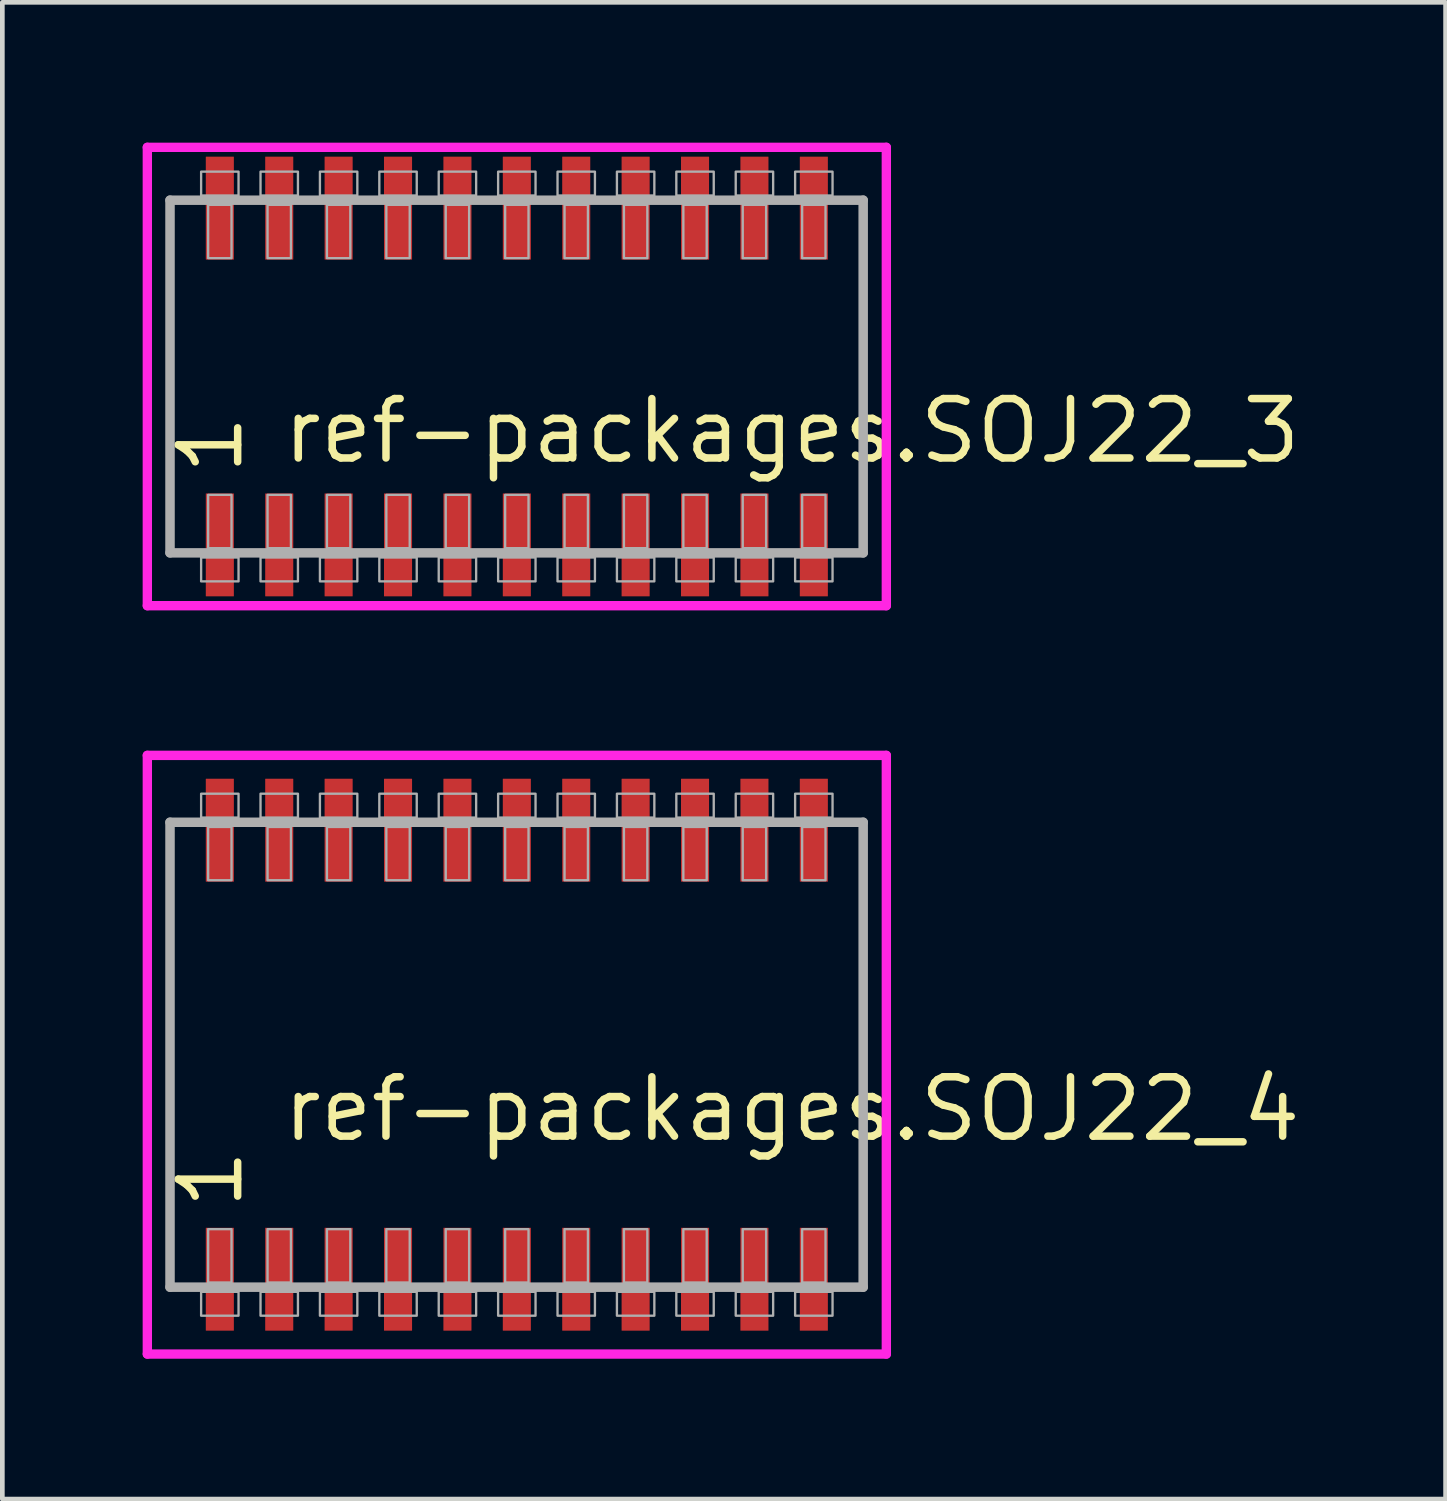
<source format=kicad_pcb>
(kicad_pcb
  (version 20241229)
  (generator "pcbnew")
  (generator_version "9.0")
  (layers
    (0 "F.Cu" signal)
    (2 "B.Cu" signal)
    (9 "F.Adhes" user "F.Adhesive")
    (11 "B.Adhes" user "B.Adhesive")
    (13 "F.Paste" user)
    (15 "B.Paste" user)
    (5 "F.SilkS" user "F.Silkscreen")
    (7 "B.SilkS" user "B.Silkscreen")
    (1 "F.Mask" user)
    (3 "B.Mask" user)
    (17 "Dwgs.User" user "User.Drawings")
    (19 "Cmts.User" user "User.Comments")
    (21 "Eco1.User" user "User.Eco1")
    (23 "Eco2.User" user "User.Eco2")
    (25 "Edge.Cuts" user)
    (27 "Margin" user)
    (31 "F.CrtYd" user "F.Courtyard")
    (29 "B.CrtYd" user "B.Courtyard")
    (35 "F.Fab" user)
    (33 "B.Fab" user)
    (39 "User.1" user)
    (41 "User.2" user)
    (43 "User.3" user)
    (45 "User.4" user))
  (footprint "ref-packages.SOJ22_4"
    (layer "F.Cu")
    (at 8 19.5)
    (property "Reference" "ref-packages.SOJ22_4" (at -5.08 1.905 0) (layer "F.SilkS") (effects (font (size 1.27 1.27) (thickness 0.16)) (justify left bottom)))
    (attr smd)
    (fp_line (start -7.9 -6.4) (end 7.9 -6.4) (stroke (width 0.2) (type default)) (layer "F.CrtYd"))
    (fp_line (start -7.9 6.4) (end -7.9 -6.4) (stroke (width 0.2) (type default)) (layer "F.CrtYd"))
    (fp_line (start 7.9 -6.4) (end 7.9 6.4) (stroke (width 0.2) (type default)) (layer "F.CrtYd"))
    (fp_line (start 7.9 6.4) (end -7.9 6.4) (stroke (width 0.2) (type default)) (layer "F.CrtYd"))
    (fp_line (start -7.415 -4.97) (end 7.405 -4.97) (stroke (width 0.203) (type default)) (layer "F.Fab"))
    (fp_line (start -7.415 4.97) (end -7.415 -4.97) (stroke (width 0.203) (type default)) (layer "F.Fab"))
    (fp_line (start 7.405 -4.97) (end 7.405 4.97) (stroke (width 0.203) (type default)) (layer "F.Fab"))
    (fp_line (start 7.405 4.97) (end -7.415 4.97) (stroke (width 0.203) (type default)) (layer "F.Fab"))
    (fp_rect (start -6.75 -5.07) (end -5.95 -5.58) (stroke (width 0.05) (type default)) (fill no) (layer "F.Fab"))
    (fp_rect (start -6.75 5.58) (end -5.95 5.07) (stroke (width 0.05) (type default)) (fill no) (layer "F.Fab"))
    (fp_rect (start -6.6 -3.73) (end -6.1 -4.87) (stroke (width 0.05) (type default)) (fill no) (layer "F.Fab"))
    (fp_rect (start -6.6 4.87) (end -6.1 3.73) (stroke (width 0.05) (type default)) (fill no) (layer "F.Fab"))
    (fp_rect (start -5.48 -5.07) (end -4.68 -5.58) (stroke (width 0.05) (type default)) (fill no) (layer "F.Fab"))
    (fp_rect (start -5.48 5.58) (end -4.68 5.07) (stroke (width 0.05) (type default)) (fill no) (layer "F.Fab"))
    (fp_rect (start -5.33 -3.73) (end -4.83 -4.87) (stroke (width 0.05) (type default)) (fill no) (layer "F.Fab"))
    (fp_rect (start -5.33 4.87) (end -4.83 3.73) (stroke (width 0.05) (type default)) (fill no) (layer "F.Fab"))
    (fp_rect (start -4.21 -5.07) (end -3.41 -5.58) (stroke (width 0.05) (type default)) (fill no) (layer "F.Fab"))
    (fp_rect (start -4.21 5.58) (end -3.41 5.07) (stroke (width 0.05) (type default)) (fill no) (layer "F.Fab"))
    (fp_rect (start -4.06 -3.73) (end -3.56 -4.87) (stroke (width 0.05) (type default)) (fill no) (layer "F.Fab"))
    (fp_rect (start -4.06 4.87) (end -3.56 3.73) (stroke (width 0.05) (type default)) (fill no) (layer "F.Fab"))
    (fp_rect (start -2.94 -5.07) (end -2.14 -5.58) (stroke (width 0.05) (type default)) (fill no) (layer "F.Fab"))
    (fp_rect (start -2.94 5.58) (end -2.14 5.07) (stroke (width 0.05) (type default)) (fill no) (layer "F.Fab"))
    (fp_rect (start -2.79 -3.73) (end -2.29 -4.87) (stroke (width 0.05) (type default)) (fill no) (layer "F.Fab"))
    (fp_rect (start -2.79 4.87) (end -2.29 3.73) (stroke (width 0.05) (type default)) (fill no) (layer "F.Fab"))
    (fp_rect (start -1.67 -5.07) (end -0.87 -5.58) (stroke (width 0.05) (type default)) (fill no) (layer "F.Fab"))
    (fp_rect (start -1.67 5.58) (end -0.87 5.07) (stroke (width 0.05) (type default)) (fill no) (layer "F.Fab"))
    (fp_rect (start -1.52 -3.73) (end -1.02 -4.87) (stroke (width 0.05) (type default)) (fill no) (layer "F.Fab"))
    (fp_rect (start -1.52 4.87) (end -1.02 3.73) (stroke (width 0.05) (type default)) (fill no) (layer "F.Fab"))
    (fp_rect (start -0.4 -5.07) (end 0.4 -5.58) (stroke (width 0.05) (type default)) (fill no) (layer "F.Fab"))
    (fp_rect (start -0.4 5.58) (end 0.4 5.07) (stroke (width 0.05) (type default)) (fill no) (layer "F.Fab"))
    (fp_rect (start -0.25 -3.73) (end 0.25 -4.87) (stroke (width 0.05) (type default)) (fill no) (layer "F.Fab"))
    (fp_rect (start -0.25 4.87) (end 0.25 3.73) (stroke (width 0.05) (type default)) (fill no) (layer "F.Fab"))
    (fp_rect (start 0.87 -5.07) (end 1.67 -5.58) (stroke (width 0.05) (type default)) (fill no) (layer "F.Fab"))
    (fp_rect (start 0.87 5.58) (end 1.67 5.07) (stroke (width 0.05) (type default)) (fill no) (layer "F.Fab"))
    (fp_rect (start 1.02 -3.73) (end 1.52 -4.87) (stroke (width 0.05) (type default)) (fill no) (layer "F.Fab"))
    (fp_rect (start 1.02 4.87) (end 1.52 3.73) (stroke (width 0.05) (type default)) (fill no) (layer "F.Fab"))
    (fp_rect (start 2.14 -5.07) (end 2.94 -5.58) (stroke (width 0.05) (type default)) (fill no) (layer "F.Fab"))
    (fp_rect (start 2.14 5.58) (end 2.94 5.07) (stroke (width 0.05) (type default)) (fill no) (layer "F.Fab"))
    (fp_rect (start 2.29 -3.73) (end 2.79 -4.87) (stroke (width 0.05) (type default)) (fill no) (layer "F.Fab"))
    (fp_rect (start 2.29 4.87) (end 2.79 3.73) (stroke (width 0.05) (type default)) (fill no) (layer "F.Fab"))
    (fp_rect (start 3.41 -5.07) (end 4.21 -5.58) (stroke (width 0.05) (type default)) (fill no) (layer "F.Fab"))
    (fp_rect (start 3.41 5.58) (end 4.21 5.07) (stroke (width 0.05) (type default)) (fill no) (layer "F.Fab"))
    (fp_rect (start 3.56 -3.73) (end 4.06 -4.87) (stroke (width 0.05) (type default)) (fill no) (layer "F.Fab"))
    (fp_rect (start 3.56 4.87) (end 4.06 3.73) (stroke (width 0.05) (type default)) (fill no) (layer "F.Fab"))
    (fp_rect (start 4.68 -5.07) (end 5.48 -5.58) (stroke (width 0.05) (type default)) (fill no) (layer "F.Fab"))
    (fp_rect (start 4.68 5.58) (end 5.48 5.07) (stroke (width 0.05) (type default)) (fill no) (layer "F.Fab"))
    (fp_rect (start 4.83 -3.73) (end 5.33 -4.87) (stroke (width 0.05) (type default)) (fill no) (layer "F.Fab"))
    (fp_rect (start 4.83 4.87) (end 5.33 3.73) (stroke (width 0.05) (type default)) (fill no) (layer "F.Fab"))
    (fp_rect (start 5.95 -5.07) (end 6.75 -5.58) (stroke (width 0.05) (type default)) (fill no) (layer "F.Fab"))
    (fp_rect (start 5.95 5.58) (end 6.75 5.07) (stroke (width 0.05) (type default)) (fill no) (layer "F.Fab"))
    (fp_rect (start 6.1 -3.73) (end 6.6 -4.87) (stroke (width 0.05) (type default)) (fill no) (layer "F.Fab"))
    (fp_rect (start 6.1 4.87) (end 6.6 3.73) (stroke (width 0.05) (type default)) (fill no) (layer "F.Fab"))
    (fp_text user "1" (at -5.805 3.37 90) (layer "F.SilkS") (effects (font (size 1.27 1.27) (thickness 0.16)) (justify left bottom)))
    (pad "1" smd roundrect (at -6.35 4.8) (size 0.6 2.2) (layers "F.Cu" "F.Mask" "F.Paste") (roundrect_rratio 0.01))
    (pad "2" smd roundrect (at -5.08 4.8) (size 0.6 2.2) (layers "F.Cu" "F.Mask" "F.Paste") (roundrect_rratio 0.01))
    (pad "3" smd roundrect (at -3.81 4.8) (size 0.6 2.2) (layers "F.Cu" "F.Mask" "F.Paste") (roundrect_rratio 0.01))
    (pad "4" smd roundrect (at -2.54 4.8) (size 0.6 2.2) (layers "F.Cu" "F.Mask" "F.Paste") (roundrect_rratio 0.01))
    (pad "5" smd roundrect (at -1.27 4.8) (size 0.6 2.2) (layers "F.Cu" "F.Mask" "F.Paste") (roundrect_rratio 0.01))
    (pad "6" smd roundrect (at 0 4.8) (size 0.6 2.2) (layers "F.Cu" "F.Mask" "F.Paste") (roundrect_rratio 0.01))
    (pad "7" smd roundrect (at 1.27 4.8) (size 0.6 2.2) (layers "F.Cu" "F.Mask" "F.Paste") (roundrect_rratio 0.01))
    (pad "8" smd roundrect (at 2.54 4.8) (size 0.6 2.2) (layers "F.Cu" "F.Mask" "F.Paste") (roundrect_rratio 0.01))
    (pad "9" smd roundrect (at 3.81 4.8) (size 0.6 2.2) (layers "F.Cu" "F.Mask" "F.Paste") (roundrect_rratio 0.01))
    (pad "10" smd roundrect (at 5.08 4.8) (size 0.6 2.2) (layers "F.Cu" "F.Mask" "F.Paste") (roundrect_rratio 0.01))
    (pad "11" smd roundrect (at 6.35 4.8) (size 0.6 2.2) (layers "F.Cu" "F.Mask" "F.Paste") (roundrect_rratio 0.01))
    (pad "12" smd roundrect (at 6.35 -4.8) (size 0.6 2.2) (layers "F.Cu" "F.Mask" "F.Paste") (roundrect_rratio 0.01))
    (pad "13" smd roundrect (at 5.08 -4.8) (size 0.6 2.2) (layers "F.Cu" "F.Mask" "F.Paste") (roundrect_rratio 0.01))
    (pad "14" smd roundrect (at 3.81 -4.8) (size 0.6 2.2) (layers "F.Cu" "F.Mask" "F.Paste") (roundrect_rratio 0.01))
    (pad "15" smd roundrect (at 2.54 -4.8) (size 0.6 2.2) (layers "F.Cu" "F.Mask" "F.Paste") (roundrect_rratio 0.01))
    (pad "16" smd roundrect (at 1.27 -4.8) (size 0.6 2.2) (layers "F.Cu" "F.Mask" "F.Paste") (roundrect_rratio 0.01))
    (pad "17" smd roundrect (at 0 -4.8) (size 0.6 2.2) (layers "F.Cu" "F.Mask" "F.Paste") (roundrect_rratio 0.01))
    (pad "18" smd roundrect (at -1.27 -4.8) (size 0.6 2.2) (layers "F.Cu" "F.Mask" "F.Paste") (roundrect_rratio 0.01))
    (pad "19" smd roundrect (at -2.54 -4.8) (size 0.6 2.2) (layers "F.Cu" "F.Mask" "F.Paste") (roundrect_rratio 0.01))
    (pad "20" smd roundrect (at -3.81 -4.8) (size 0.6 2.2) (layers "F.Cu" "F.Mask" "F.Paste") (roundrect_rratio 0.01))
    (pad "21" smd roundrect (at -5.08 -4.8) (size 0.6 2.2) (layers "F.Cu" "F.Mask" "F.Paste") (roundrect_rratio 0.01))
    (pad "22" smd roundrect (at -6.35 -4.8) (size 0.6 2.2) (layers "F.Cu" "F.Mask" "F.Paste") (roundrect_rratio 0.01)))
  (footprint "ref-packages.SOJ22_3"
    (layer "F.Cu")
    (at 8 5)
    (property "Reference" "ref-packages.SOJ22_3" (at -5.08 1.905 0) (layer "F.SilkS") (effects (font (size 1.27 1.27) (thickness 0.16)) (justify left bottom)))
    (attr smd)
    (fp_line (start -7.9 -4.9) (end 7.9 -4.9) (stroke (width 0.2) (type default)) (layer "F.CrtYd"))
    (fp_line (start -7.9 4.9) (end -7.9 -4.9) (stroke (width 0.2) (type default)) (layer "F.CrtYd"))
    (fp_line (start 7.9 -4.9) (end 7.9 4.9) (stroke (width 0.2) (type default)) (layer "F.CrtYd"))
    (fp_line (start 7.9 4.9) (end -7.9 4.9) (stroke (width 0.2) (type default)) (layer "F.CrtYd"))
    (fp_line (start -7.415 -3.77) (end 7.405 -3.77) (stroke (width 0.203) (type default)) (layer "F.Fab"))
    (fp_line (start -7.415 3.77) (end -7.415 -3.77) (stroke (width 0.203) (type default)) (layer "F.Fab"))
    (fp_line (start 7.405 -3.77) (end 7.405 3.77) (stroke (width 0.203) (type default)) (layer "F.Fab"))
    (fp_line (start 7.405 3.77) (end -7.415 3.77) (stroke (width 0.203) (type default)) (layer "F.Fab"))
    (fp_rect (start -6.75 -3.87) (end -5.95 -4.38) (stroke (width 0.05) (type default)) (fill no) (layer "F.Fab"))
    (fp_rect (start -6.75 4.38) (end -5.95 3.87) (stroke (width 0.05) (type default)) (fill no) (layer "F.Fab"))
    (fp_rect (start -6.6 -2.53) (end -6.1 -3.67) (stroke (width 0.05) (type default)) (fill no) (layer "F.Fab"))
    (fp_rect (start -6.6 3.67) (end -6.1 2.53) (stroke (width 0.05) (type default)) (fill no) (layer "F.Fab"))
    (fp_rect (start -5.48 -3.87) (end -4.68 -4.38) (stroke (width 0.05) (type default)) (fill no) (layer "F.Fab"))
    (fp_rect (start -5.48 4.38) (end -4.68 3.87) (stroke (width 0.05) (type default)) (fill no) (layer "F.Fab"))
    (fp_rect (start -5.33 -2.53) (end -4.83 -3.67) (stroke (width 0.05) (type default)) (fill no) (layer "F.Fab"))
    (fp_rect (start -5.33 3.67) (end -4.83 2.53) (stroke (width 0.05) (type default)) (fill no) (layer "F.Fab"))
    (fp_rect (start -4.21 -3.87) (end -3.41 -4.38) (stroke (width 0.05) (type default)) (fill no) (layer "F.Fab"))
    (fp_rect (start -4.21 4.38) (end -3.41 3.87) (stroke (width 0.05) (type default)) (fill no) (layer "F.Fab"))
    (fp_rect (start -4.06 -2.53) (end -3.56 -3.67) (stroke (width 0.05) (type default)) (fill no) (layer "F.Fab"))
    (fp_rect (start -4.06 3.67) (end -3.56 2.53) (stroke (width 0.05) (type default)) (fill no) (layer "F.Fab"))
    (fp_rect (start -2.94 -3.87) (end -2.14 -4.38) (stroke (width 0.05) (type default)) (fill no) (layer "F.Fab"))
    (fp_rect (start -2.94 4.38) (end -2.14 3.87) (stroke (width 0.05) (type default)) (fill no) (layer "F.Fab"))
    (fp_rect (start -2.79 -2.53) (end -2.29 -3.67) (stroke (width 0.05) (type default)) (fill no) (layer "F.Fab"))
    (fp_rect (start -2.79 3.67) (end -2.29 2.53) (stroke (width 0.05) (type default)) (fill no) (layer "F.Fab"))
    (fp_rect (start -1.67 -3.87) (end -0.87 -4.38) (stroke (width 0.05) (type default)) (fill no) (layer "F.Fab"))
    (fp_rect (start -1.67 4.38) (end -0.87 3.87) (stroke (width 0.05) (type default)) (fill no) (layer "F.Fab"))
    (fp_rect (start -1.52 -2.53) (end -1.02 -3.67) (stroke (width 0.05) (type default)) (fill no) (layer "F.Fab"))
    (fp_rect (start -1.52 3.67) (end -1.02 2.53) (stroke (width 0.05) (type default)) (fill no) (layer "F.Fab"))
    (fp_rect (start -0.4 -3.87) (end 0.4 -4.38) (stroke (width 0.05) (type default)) (fill no) (layer "F.Fab"))
    (fp_rect (start -0.4 4.38) (end 0.4 3.87) (stroke (width 0.05) (type default)) (fill no) (layer "F.Fab"))
    (fp_rect (start -0.25 -2.53) (end 0.25 -3.67) (stroke (width 0.05) (type default)) (fill no) (layer "F.Fab"))
    (fp_rect (start -0.25 3.67) (end 0.25 2.53) (stroke (width 0.05) (type default)) (fill no) (layer "F.Fab"))
    (fp_rect (start 0.87 -3.87) (end 1.67 -4.38) (stroke (width 0.05) (type default)) (fill no) (layer "F.Fab"))
    (fp_rect (start 0.87 4.38) (end 1.67 3.87) (stroke (width 0.05) (type default)) (fill no) (layer "F.Fab"))
    (fp_rect (start 1.02 -2.53) (end 1.52 -3.67) (stroke (width 0.05) (type default)) (fill no) (layer "F.Fab"))
    (fp_rect (start 1.02 3.67) (end 1.52 2.53) (stroke (width 0.05) (type default)) (fill no) (layer "F.Fab"))
    (fp_rect (start 2.14 -3.87) (end 2.94 -4.38) (stroke (width 0.05) (type default)) (fill no) (layer "F.Fab"))
    (fp_rect (start 2.14 4.38) (end 2.94 3.87) (stroke (width 0.05) (type default)) (fill no) (layer "F.Fab"))
    (fp_rect (start 2.29 -2.53) (end 2.79 -3.67) (stroke (width 0.05) (type default)) (fill no) (layer "F.Fab"))
    (fp_rect (start 2.29 3.67) (end 2.79 2.53) (stroke (width 0.05) (type default)) (fill no) (layer "F.Fab"))
    (fp_rect (start 3.41 -3.87) (end 4.21 -4.38) (stroke (width 0.05) (type default)) (fill no) (layer "F.Fab"))
    (fp_rect (start 3.41 4.38) (end 4.21 3.87) (stroke (width 0.05) (type default)) (fill no) (layer "F.Fab"))
    (fp_rect (start 3.56 -2.53) (end 4.06 -3.67) (stroke (width 0.05) (type default)) (fill no) (layer "F.Fab"))
    (fp_rect (start 3.56 3.67) (end 4.06 2.53) (stroke (width 0.05) (type default)) (fill no) (layer "F.Fab"))
    (fp_rect (start 4.68 -3.87) (end 5.48 -4.38) (stroke (width 0.05) (type default)) (fill no) (layer "F.Fab"))
    (fp_rect (start 4.68 4.38) (end 5.48 3.87) (stroke (width 0.05) (type default)) (fill no) (layer "F.Fab"))
    (fp_rect (start 4.83 -2.53) (end 5.33 -3.67) (stroke (width 0.05) (type default)) (fill no) (layer "F.Fab"))
    (fp_rect (start 4.83 3.67) (end 5.33 2.53) (stroke (width 0.05) (type default)) (fill no) (layer "F.Fab"))
    (fp_rect (start 5.95 -3.87) (end 6.75 -4.38) (stroke (width 0.05) (type default)) (fill no) (layer "F.Fab"))
    (fp_rect (start 5.95 4.38) (end 6.75 3.87) (stroke (width 0.05) (type default)) (fill no) (layer "F.Fab"))
    (fp_rect (start 6.1 -2.53) (end 6.6 -3.67) (stroke (width 0.05) (type default)) (fill no) (layer "F.Fab"))
    (fp_rect (start 6.1 3.67) (end 6.6 2.53) (stroke (width 0.05) (type default)) (fill no) (layer "F.Fab"))
    (fp_text user "1" (at -5.805 2.17 90) (layer "F.SilkS") (effects (font (size 1.27 1.27) (thickness 0.16)) (justify left bottom)))
    (pad "1" smd roundrect (at -6.35 3.6) (size 0.6 2.2) (layers "F.Cu" "F.Mask" "F.Paste") (roundrect_rratio 0.01))
    (pad "2" smd roundrect (at -5.08 3.6) (size 0.6 2.2) (layers "F.Cu" "F.Mask" "F.Paste") (roundrect_rratio 0.01))
    (pad "3" smd roundrect (at -3.81 3.6) (size 0.6 2.2) (layers "F.Cu" "F.Mask" "F.Paste") (roundrect_rratio 0.01))
    (pad "4" smd roundrect (at -2.54 3.6) (size 0.6 2.2) (layers "F.Cu" "F.Mask" "F.Paste") (roundrect_rratio 0.01))
    (pad "5" smd roundrect (at -1.27 3.6) (size 0.6 2.2) (layers "F.Cu" "F.Mask" "F.Paste") (roundrect_rratio 0.01))
    (pad "6" smd roundrect (at 0 3.6) (size 0.6 2.2) (layers "F.Cu" "F.Mask" "F.Paste") (roundrect_rratio 0.01))
    (pad "7" smd roundrect (at 1.27 3.6) (size 0.6 2.2) (layers "F.Cu" "F.Mask" "F.Paste") (roundrect_rratio 0.01))
    (pad "8" smd roundrect (at 2.54 3.6) (size 0.6 2.2) (layers "F.Cu" "F.Mask" "F.Paste") (roundrect_rratio 0.01))
    (pad "9" smd roundrect (at 3.81 3.6) (size 0.6 2.2) (layers "F.Cu" "F.Mask" "F.Paste") (roundrect_rratio 0.01))
    (pad "10" smd roundrect (at 5.08 3.6) (size 0.6 2.2) (layers "F.Cu" "F.Mask" "F.Paste") (roundrect_rratio 0.01))
    (pad "11" smd roundrect (at 6.35 3.6) (size 0.6 2.2) (layers "F.Cu" "F.Mask" "F.Paste") (roundrect_rratio 0.01))
    (pad "12" smd roundrect (at 6.35 -3.6) (size 0.6 2.2) (layers "F.Cu" "F.Mask" "F.Paste") (roundrect_rratio 0.01))
    (pad "13" smd roundrect (at 5.08 -3.6) (size 0.6 2.2) (layers "F.Cu" "F.Mask" "F.Paste") (roundrect_rratio 0.01))
    (pad "14" smd roundrect (at 3.81 -3.6) (size 0.6 2.2) (layers "F.Cu" "F.Mask" "F.Paste") (roundrect_rratio 0.01))
    (pad "15" smd roundrect (at 2.54 -3.6) (size 0.6 2.2) (layers "F.Cu" "F.Mask" "F.Paste") (roundrect_rratio 0.01))
    (pad "16" smd roundrect (at 1.27 -3.6) (size 0.6 2.2) (layers "F.Cu" "F.Mask" "F.Paste") (roundrect_rratio 0.01))
    (pad "17" smd roundrect (at 0 -3.6) (size 0.6 2.2) (layers "F.Cu" "F.Mask" "F.Paste") (roundrect_rratio 0.01))
    (pad "18" smd roundrect (at -1.27 -3.6) (size 0.6 2.2) (layers "F.Cu" "F.Mask" "F.Paste") (roundrect_rratio 0.01))
    (pad "19" smd roundrect (at -2.54 -3.6) (size 0.6 2.2) (layers "F.Cu" "F.Mask" "F.Paste") (roundrect_rratio 0.01))
    (pad "20" smd roundrect (at -3.81 -3.6) (size 0.6 2.2) (layers "F.Cu" "F.Mask" "F.Paste") (roundrect_rratio 0.01))
    (pad "21" smd roundrect (at -5.08 -3.6) (size 0.6 2.2) (layers "F.Cu" "F.Mask" "F.Paste") (roundrect_rratio 0.01))
    (pad "22" smd roundrect (at -6.35 -3.6) (size 0.6 2.2) (layers "F.Cu" "F.Mask" "F.Paste") (roundrect_rratio 0.01)))
  (gr_rect
    (start -3 -3)
    (end 27.857 29)
    (stroke (width 0.1) (type default))
    (fill no)
    (layer "Edge.Cuts")))
</source>
